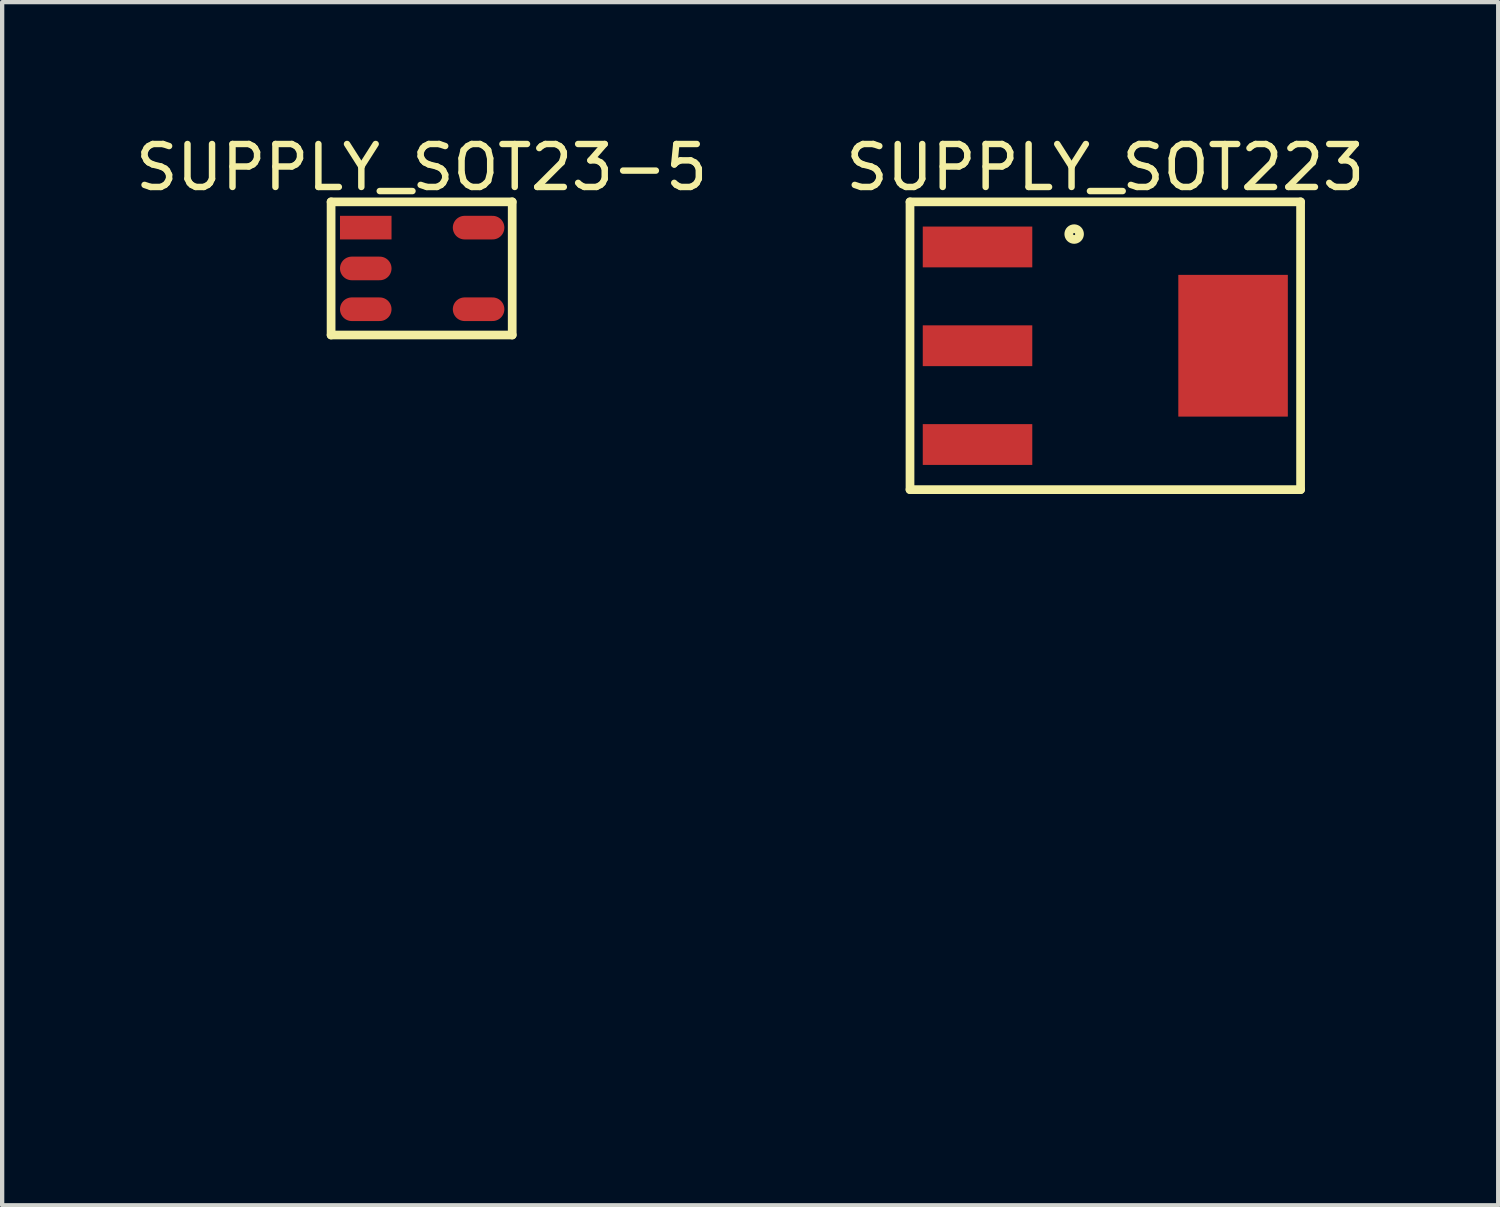
<source format=kicad_pcb>
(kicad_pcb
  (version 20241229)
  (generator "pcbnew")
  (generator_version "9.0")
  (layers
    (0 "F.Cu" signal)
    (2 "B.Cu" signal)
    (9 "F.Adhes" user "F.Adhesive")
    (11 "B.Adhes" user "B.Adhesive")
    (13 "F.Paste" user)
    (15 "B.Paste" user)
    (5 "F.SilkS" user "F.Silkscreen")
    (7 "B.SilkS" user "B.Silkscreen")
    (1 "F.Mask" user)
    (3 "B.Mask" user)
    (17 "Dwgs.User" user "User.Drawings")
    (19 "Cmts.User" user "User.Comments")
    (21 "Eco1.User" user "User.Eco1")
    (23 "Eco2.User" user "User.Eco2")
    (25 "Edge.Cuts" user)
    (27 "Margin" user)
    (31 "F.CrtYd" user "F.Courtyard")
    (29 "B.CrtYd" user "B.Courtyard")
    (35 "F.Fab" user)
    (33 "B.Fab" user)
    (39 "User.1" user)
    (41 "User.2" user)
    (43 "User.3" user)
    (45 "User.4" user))
  (footprint "SUPPLY_SOT223"
    (layer "F.Cu")
    (at 22.685 5)
    (property "Reference" "SUPPLY_SOT223" (at 0 -4.152 0) (layer "F.SilkS") (effects (font (size 1 1) (thickness 0.15))))
    (fp_line (start -4.547 -3.35) (end 4.547 -3.35) (stroke (width 0.203) (type solid)) (layer "F.SilkS"))
    (fp_line (start -4.547 3.35) (end -4.547 -3.35) (stroke (width 0.203) (type solid)) (layer "F.SilkS"))
    (fp_line (start -4.547 3.35) (end 4.547 3.35) (stroke (width 0.203) (type solid)) (layer "F.SilkS"))
    (fp_line (start 4.547 3.35) (end 4.547 -3.35) (stroke (width 0.203) (type solid)) (layer "F.SilkS"))
    (fp_circle (center -0.725 -2.6) (end -0.725 -2.725) (stroke (width 0.203) (type solid)) (fill no) (layer "F.SilkS"))
    (fp_line (start -3.5 -3.3) (end 3.5 -3.3) (stroke (width 0.254) (type solid)) (layer "Eco2.User"))
    (fp_line (start -3.5 3.2) (end -3.5 -3.3) (stroke (width 0.254) (type solid)) (layer "Eco2.User"))
    (fp_line (start -3.5 3.2) (end 3.5 3.2) (stroke (width 0.254) (type solid)) (layer "Eco2.User"))
    (fp_line (start 3.5 3.2) (end 3.5 -3.3) (stroke (width 0.254) (type solid)) (layer "Eco2.User"))
    (fp_text user "${REFERENCE}" (at -0.987 -1.5 270) (unlocked yes) (layer "Eco2.User") (effects (font (size 1.524 1.524) (thickness 0.152)) (justify left bottom)))
    (pad "1" smd rect (at -2.975 -2.3 90) (size 0.95 2.55) (layers "F.Cu" "F.Mask" "F.Paste"))
    (pad "2" smd rect (at -2.975 0 90) (size 0.95 2.55) (layers "F.Cu" "F.Mask" "F.Paste"))
    (pad "2" smd rect (at 2.975 0 90) (size 3.3 2.55) (layers "F.Cu" "F.Mask" "F.Paste"))
    (pad "3" smd rect (at -2.975 2.3 90) (size 0.95 2.55) (layers "F.Cu" "F.Mask" "F.Paste")))
  (footprint "SUPPLY_SOT23-5"
    (layer "F.Cu")
    (at 6.793 3.2)
    (property "Reference" "SUPPLY_SOT23-5" (at -0.025 -2.352 0) (layer "F.SilkS") (effects (font (size 1 1) (thickness 0.15))))
    (fp_line (start -2.134 -1.55) (end 2.083 -1.55) (stroke (width 0.203) (type solid)) (layer "F.SilkS"))
    (fp_line (start -2.134 1.55) (end -2.134 -1.55) (stroke (width 0.203) (type solid)) (layer "F.SilkS"))
    (fp_line (start -2.134 1.55) (end 2.083 1.55) (stroke (width 0.203) (type solid)) (layer "F.SilkS"))
    (fp_line (start 2.083 1.55) (end 2.083 -1.55) (stroke (width 0.203) (type solid)) (layer "F.SilkS"))
    (fp_line (start -1.2 -1.5) (end 1.2 -1.5) (stroke (width 0.254) (type solid)) (layer "Eco2.User"))
    (fp_line (start -1.2 1.4) (end -1.2 -1.5) (stroke (width 0.254) (type solid)) (layer "Eco2.User"))
    (fp_line (start -1.2 1.4) (end 1.2 1.4) (stroke (width 0.254) (type solid)) (layer "Eco2.User"))
    (fp_line (start 1.2 1.4) (end 1.2 -1.5) (stroke (width 0.254) (type solid)) (layer "Eco2.User"))
    (fp_circle (center -0.7 -1) (end -0.7 -1.1) (stroke (width 0.254) (type solid)) (fill no) (layer "Eco2.User"))
    (fp_text user "${REFERENCE}" (at -0.493 -0.5 270) (unlocked yes) (layer "Eco2.User") (effects (font (size 0.762 0.762) (thickness 0.152)) (justify left bottom)))
    (pad "1" smd rect (at -1.327 -0.95 90) (size 0.55 1.2) (layers "F.Cu" "F.Mask" "F.Paste"))
    (pad "2" smd oval (at -1.327 0 90) (size 0.55 1.2) (layers "F.Cu" "F.Mask" "F.Paste"))
    (pad "3" smd oval (at -1.327 0.95 90) (size 0.55 1.2) (layers "F.Cu" "F.Mask" "F.Paste"))
    (pad "4" smd oval (at 1.3 0.95 90) (size 0.55 1.2) (layers "F.Cu" "F.Mask" "F.Paste"))
    (pad "5" smd oval (at 1.3 -0.95 90) (size 0.55 1.2) (layers "F.Cu" "F.Mask" "F.Paste")))
  (gr_rect
    (start -3 -3)
    (end 31.833 25.013)
    (stroke (width 0.1) (type default))
    (fill no)
    (layer "Edge.Cuts")))
</source>
